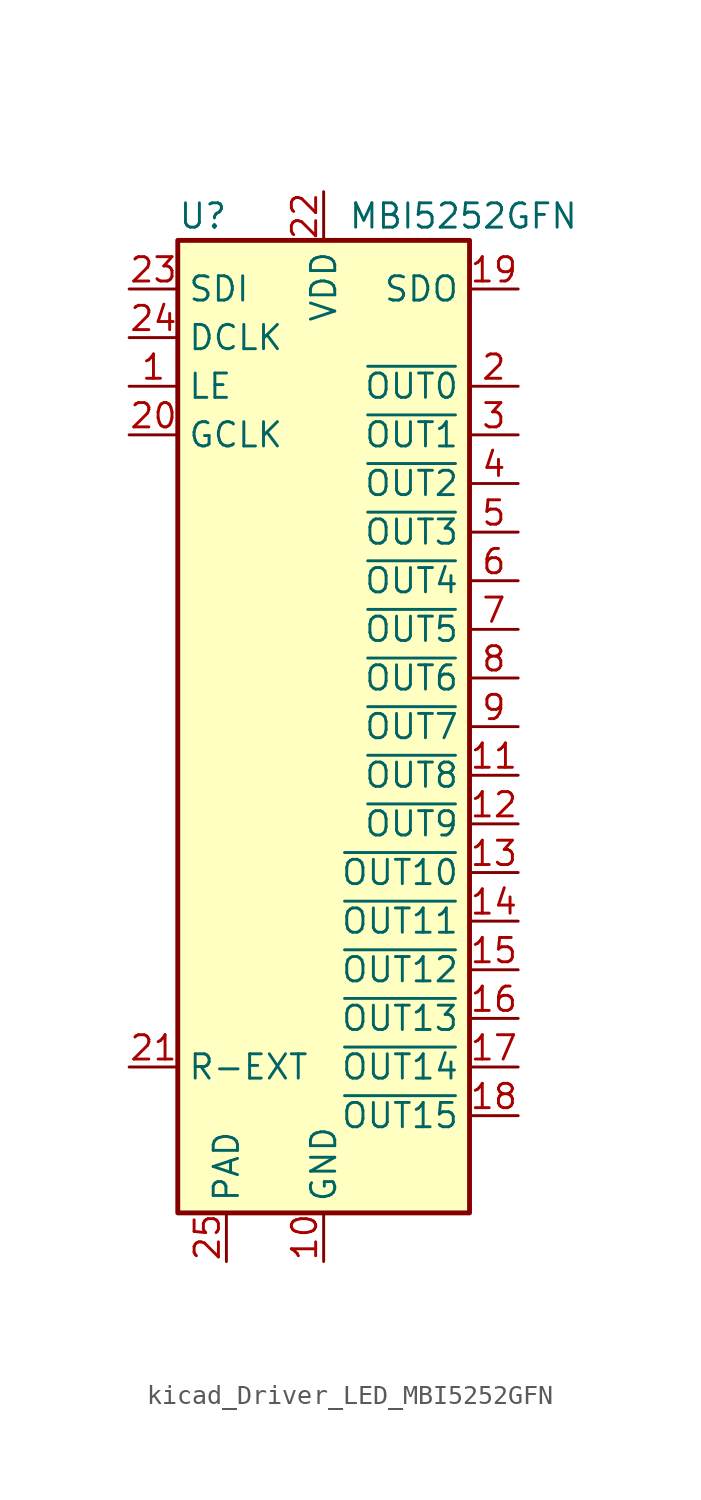
<source format=kicad_sym>
(kicad_symbol_lib
  (version 20220914)
  (generator kicad_symbol_editor)
  (symbol "kicad_Driver_LED_MBI5252GFN"
    (property "Reference" "U"
      (at -7.62 26.67 0)
      (effects (font (size 1.27 1.27)) (justify left)))
    (property "Value" "MBI5252GFN"
      (at 1.27 26.67 0)
      (effects (font (size 1.27 1.27)) (justify left)))
    (symbol "kicad_Driver_LED_MBI5252GFN_0_1"
      (rectangle (start -7.62 25.4) (end 7.62 -25.4) (stroke (width 0.254) (type default)) (fill (type background))))
    (symbol "kicad_Driver_LED_MBI5252GFN_1_1"
      (pin input line (at -10.16 17.78 0) (length 2.54) (name "LE" (effects (font (size 1.27 1.27)))) (number "1" (effects (font (size 1.27 1.27)))))
      (pin power_in line (at 0 -27.94 90) (length 2.54) (name "GND" (effects (font (size 1.27 1.27)))) (number "10" (effects (font (size 1.27 1.27)))))
      (pin open_collector line (at 10.16 -2.54 180) (length 2.54) (name "~{OUT8}" (effects (font (size 1.27 1.27)))) (number "11" (effects (font (size 1.27 1.27)))))
      (pin open_collector line (at 10.16 -5.08 180) (length 2.54) (name "~{OUT9}" (effects (font (size 1.27 1.27)))) (number "12" (effects (font (size 1.27 1.27)))))
      (pin open_collector line (at 10.16 -7.62 180) (length 2.54) (name "~{OUT10}" (effects (font (size 1.27 1.27)))) (number "13" (effects (font (size 1.27 1.27)))))
      (pin open_collector line (at 10.16 -10.16 180) (length 2.54) (name "~{OUT11}" (effects (font (size 1.27 1.27)))) (number "14" (effects (font (size 1.27 1.27)))))
      (pin open_collector line (at 10.16 -12.7 180) (length 2.54) (name "~{OUT12}" (effects (font (size 1.27 1.27)))) (number "15" (effects (font (size 1.27 1.27)))))
      (pin open_collector line (at 10.16 -15.24 180) (length 2.54) (name "~{OUT13}" (effects (font (size 1.27 1.27)))) (number "16" (effects (font (size 1.27 1.27)))))
      (pin open_collector line (at 10.16 -17.78 180) (length 2.54) (name "~{OUT14}" (effects (font (size 1.27 1.27)))) (number "17" (effects (font (size 1.27 1.27)))))
      (pin open_collector line (at 10.16 -20.32 180) (length 2.54) (name "~{OUT15}" (effects (font (size 1.27 1.27)))) (number "18" (effects (font (size 1.27 1.27)))))
      (pin output line (at 10.16 22.86 180) (length 2.54) (name "SDO" (effects (font (size 1.27 1.27)))) (number "19" (effects (font (size 1.27 1.27)))))
      (pin open_collector line (at 10.16 17.78 180) (length 2.54) (name "~{OUT0}" (effects (font (size 1.27 1.27)))) (number "2" (effects (font (size 1.27 1.27)))))
      (pin input line (at -10.16 15.24 0) (length 2.54) (name "GCLK" (effects (font (size 1.27 1.27)))) (number "20" (effects (font (size 1.27 1.27)))))
      (pin passive line (at -10.16 -17.78 0) (length 2.54) (name "R-EXT" (effects (font (size 1.27 1.27)))) (number "21" (effects (font (size 1.27 1.27)))))
      (pin power_in line (at 0 27.94 270) (length 2.54) (name "VDD" (effects (font (size 1.27 1.27)))) (number "22" (effects (font (size 1.27 1.27)))))
      (pin input line (at -10.16 22.86 0) (length 2.54) (name "SDI" (effects (font (size 1.27 1.27)))) (number "23" (effects (font (size 1.27 1.27)))))
      (pin input line (at -10.16 20.32 0) (length 2.54) (name "DCLK" (effects (font (size 1.27 1.27)))) (number "24" (effects (font (size 1.27 1.27)))))
      (pin power_in line (at -5.08 -27.94 90) (length 2.54) (name "PAD" (effects (font (size 1.27 1.27)))) (number "25" (effects (font (size 1.27 1.27)))))
      (pin open_collector line (at 10.16 15.24 180) (length 2.54) (name "~{OUT1}" (effects (font (size 1.27 1.27)))) (number "3" (effects (font (size 1.27 1.27)))))
      (pin open_collector line (at 10.16 12.7 180) (length 2.54) (name "~{OUT2}" (effects (font (size 1.27 1.27)))) (number "4" (effects (font (size 1.27 1.27)))))
      (pin open_collector line (at 10.16 10.16 180) (length 2.54) (name "~{OUT3}" (effects (font (size 1.27 1.27)))) (number "5" (effects (font (size 1.27 1.27)))))
      (pin open_collector line (at 10.16 7.62 180) (length 2.54) (name "~{OUT4}" (effects (font (size 1.27 1.27)))) (number "6" (effects (font (size 1.27 1.27)))))
      (pin open_collector line (at 10.16 5.08 180) (length 2.54) (name "~{OUT5}" (effects (font (size 1.27 1.27)))) (number "7" (effects (font (size 1.27 1.27)))))
      (pin open_collector line (at 10.16 2.54 180) (length 2.54) (name "~{OUT6}" (effects (font (size 1.27 1.27)))) (number "8" (effects (font (size 1.27 1.27)))))
      (pin open_collector line (at 10.16 0 180) (length 2.54) (name "~{OUT7}" (effects (font (size 1.27 1.27)))) (number "9" (effects (font (size 1.27 1.27))))))))
</source>
